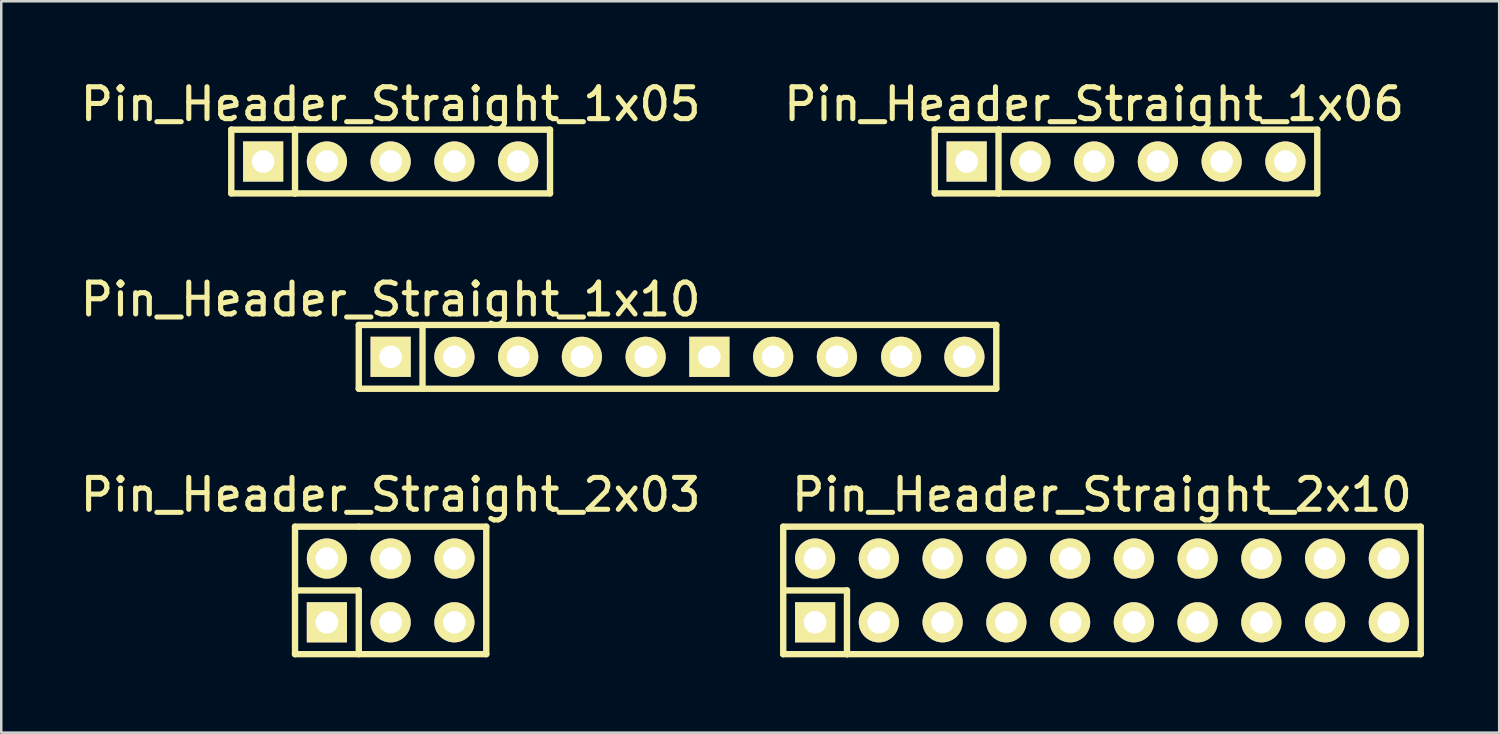
<source format=kicad_pcb>
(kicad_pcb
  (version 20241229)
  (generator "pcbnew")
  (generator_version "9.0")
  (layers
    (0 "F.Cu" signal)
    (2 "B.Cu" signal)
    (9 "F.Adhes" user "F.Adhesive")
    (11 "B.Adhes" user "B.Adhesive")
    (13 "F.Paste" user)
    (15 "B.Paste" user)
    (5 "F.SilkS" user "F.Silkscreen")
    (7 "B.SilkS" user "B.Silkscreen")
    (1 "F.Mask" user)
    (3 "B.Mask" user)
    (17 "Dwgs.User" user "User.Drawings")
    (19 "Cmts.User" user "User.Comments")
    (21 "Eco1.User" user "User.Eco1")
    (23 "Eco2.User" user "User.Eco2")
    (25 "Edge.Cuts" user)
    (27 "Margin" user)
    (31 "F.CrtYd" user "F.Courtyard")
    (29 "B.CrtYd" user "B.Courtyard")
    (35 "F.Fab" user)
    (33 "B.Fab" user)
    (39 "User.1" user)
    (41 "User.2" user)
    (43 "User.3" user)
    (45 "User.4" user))
  (footprint "Pin_Header_Straight_1x10"
    (layer "F.Cu")
    (at 12.515 11.168)
    (property "Reference" "Pin_Header_Straight_1x10" (at 0 -2.286 0) (layer "F.SilkS") (effects (font (size 1.27 1.27) (thickness 0.203))))
    (attr through_hole)
    (fp_line (start -1.27 -1.27) (end -1.27 1.27) (stroke (width 0.254) (type solid)) (layer "F.SilkS"))
    (fp_line (start -1.27 -1.27) (end 24.13 -1.27) (stroke (width 0.254) (type solid)) (layer "F.SilkS"))
    (fp_line (start -1.27 1.27) (end 24.13 1.27) (stroke (width 0.254) (type solid)) (layer "F.SilkS"))
    (fp_line (start 1.27 -1.27) (end 1.27 1.27) (stroke (width 0.254) (type solid)) (layer "F.SilkS"))
    (fp_line (start 24.13 -1.27) (end 24.13 1.27) (stroke (width 0.254) (type solid)) (layer "F.SilkS"))
    (pad "1" thru_hole rect (at 0 0) (size 1.6 1.6) (drill 0.9) (layers "*.Cu" "*.Mask" "F.SilkS"))
    (pad "2" thru_hole circle (at 2.54 0) (size 1.6 1.6) (drill 0.9) (layers "*.Cu" "*.Mask" "F.SilkS"))
    (pad "3" thru_hole circle (at 5.08 0) (size 1.6 1.6) (drill 0.9) (layers "*.Cu" "*.Mask" "F.SilkS"))
    (pad "4" thru_hole circle (at 7.62 0) (size 1.6 1.6) (drill 0.9) (layers "*.Cu" "*.Mask" "F.SilkS"))
    (pad "5" thru_hole circle (at 10.16 0) (size 1.6 1.6) (drill 0.9) (layers "*.Cu" "*.Mask" "F.SilkS"))
    (pad "6" thru_hole rect (at 12.7 0) (size 1.6 1.6) (drill 0.9) (layers "*.Cu" "*.Mask" "F.SilkS"))
    (pad "7" thru_hole circle (at 15.24 0) (size 1.6 1.6) (drill 0.9) (layers "*.Cu" "*.Mask" "F.SilkS"))
    (pad "8" thru_hole circle (at 17.78 0) (size 1.6 1.6) (drill 0.9) (layers "*.Cu" "*.Mask" "F.SilkS"))
    (pad "9" thru_hole circle (at 20.34 0) (size 1.6 1.6) (drill 0.9) (layers "*.Cu" "*.Mask" "F.SilkS"))
    (pad "10" thru_hole circle (at 22.86 0) (size 1.6 1.6) (drill 0.9) (layers "*.Cu" "*.Mask" "F.SilkS")))
  (footprint "Pin_Header_Straight_2x10"
    (layer "F.Cu")
    (at 40.857 20.475)
    (property "Reference" "Pin_Header_Straight_2x10" (at 0 -3.81 0) (layer "F.SilkS") (effects (font (size 1.27 1.27) (thickness 0.203))))
    (attr through_hole)
    (fp_line (start -12.7 -2.54) (end -12.7 0) (stroke (width 0.254) (type solid)) (layer "F.SilkS"))
    (fp_line (start -12.7 0) (end -10.16 0) (stroke (width 0.254) (type solid)) (layer "F.SilkS"))
    (fp_line (start -12.7 2.54) (end -12.7 0) (stroke (width 0.254) (type solid)) (layer "F.SilkS"))
    (fp_line (start -12.7 2.54) (end -10.16 2.54) (stroke (width 0.254) (type solid)) (layer "F.SilkS"))
    (fp_line (start -10.16 0) (end -10.16 2.54) (stroke (width 0.254) (type solid)) (layer "F.SilkS"))
    (fp_line (start -10.16 2.54) (end 12.7 2.54) (stroke (width 0.254) (type solid)) (layer "F.SilkS"))
    (fp_line (start 12.7 -2.54) (end -12.7 -2.54) (stroke (width 0.254) (type solid)) (layer "F.SilkS"))
    (fp_line (start 12.7 -2.54) (end 12.7 2.54) (stroke (width 0.254) (type solid)) (layer "F.SilkS"))
    (pad "1" thru_hole rect (at -11.43 1.27) (size 1.6 1.6) (drill 0.9) (layers "*.Cu" "*.Mask" "F.SilkS"))
    (pad "2" thru_hole circle (at -11.43 -1.27) (size 1.6 1.6) (drill 0.9) (layers "*.Cu" "*.Mask" "F.SilkS"))
    (pad "3" thru_hole circle (at -8.89 1.27) (size 1.6 1.6) (drill 0.9) (layers "*.Cu" "*.Mask" "F.SilkS"))
    (pad "4" thru_hole circle (at -8.89 -1.27) (size 1.6 1.6) (drill 0.9) (layers "*.Cu" "*.Mask" "F.SilkS"))
    (pad "5" thru_hole circle (at -6.35 1.27) (size 1.6 1.6) (drill 0.9) (layers "*.Cu" "*.Mask" "F.SilkS"))
    (pad "6" thru_hole circle (at -6.35 -1.27) (size 1.6 1.6) (drill 0.9) (layers "*.Cu" "*.Mask" "F.SilkS"))
    (pad "7" thru_hole circle (at -3.81 1.27) (size 1.6 1.6) (drill 0.9) (layers "*.Cu" "*.Mask" "F.SilkS"))
    (pad "8" thru_hole circle (at -3.81 -1.27) (size 1.6 1.6) (drill 0.9) (layers "*.Cu" "*.Mask" "F.SilkS"))
    (pad "9" thru_hole circle (at -1.27 1.27) (size 1.6 1.6) (drill 0.9) (layers "*.Cu" "*.Mask" "F.SilkS"))
    (pad "10" thru_hole circle (at -1.27 -1.27) (size 1.6 1.6) (drill 0.9) (layers "*.Cu" "*.Mask" "F.SilkS"))
    (pad "11" thru_hole circle (at 1.27 1.27) (size 1.6 1.6) (drill 0.9) (layers "*.Cu" "*.Mask" "F.SilkS"))
    (pad "12" thru_hole circle (at 1.27 -1.27) (size 1.6 1.6) (drill 0.9) (layers "*.Cu" "*.Mask" "F.SilkS"))
    (pad "13" thru_hole circle (at 3.81 1.27) (size 1.6 1.6) (drill 0.9) (layers "*.Cu" "*.Mask" "F.SilkS"))
    (pad "14" thru_hole circle (at 3.81 -1.27) (size 1.6 1.6) (drill 0.9) (layers "*.Cu" "*.Mask" "F.SilkS"))
    (pad "15" thru_hole circle (at 6.35 1.27) (size 1.6 1.6) (drill 0.9) (layers "*.Cu" "*.Mask" "F.SilkS"))
    (pad "16" thru_hole circle (at 6.35 -1.27) (size 1.6 1.6) (drill 0.9) (layers "*.Cu" "*.Mask" "F.SilkS"))
    (pad "17" thru_hole circle (at 8.89 1.27) (size 1.6 1.6) (drill 0.9) (layers "*.Cu" "*.Mask" "F.SilkS"))
    (pad "18" thru_hole circle (at 8.89 -1.27) (size 1.6 1.6) (drill 0.9) (layers "*.Cu" "*.Mask" "F.SilkS"))
    (pad "19" thru_hole circle (at 11.43 1.27) (size 1.6 1.6) (drill 0.9) (layers "*.Cu" "*.Mask" "F.SilkS"))
    (pad "20" thru_hole circle (at 11.43 -1.27) (size 1.6 1.6) (drill 0.9) (layers "*.Cu" "*.Mask" "F.SilkS")))
  (footprint "Pin_Header_Straight_2x03"
    (layer "F.Cu")
    (at 12.515 20.475)
    (property "Reference" "Pin_Header_Straight_2x03" (at 0 -3.81 0) (layer "F.SilkS") (effects (font (size 1.27 1.27) (thickness 0.203))))
    (attr through_hole)
    (fp_line (start -3.81 -2.54) (end -3.81 0) (stroke (width 0.254) (type solid)) (layer "F.SilkS"))
    (fp_line (start -3.81 0) (end -1.27 0) (stroke (width 0.254) (type solid)) (layer "F.SilkS"))
    (fp_line (start -3.81 2.54) (end -3.81 0) (stroke (width 0.254) (type solid)) (layer "F.SilkS"))
    (fp_line (start -3.81 2.54) (end 3.81 2.54) (stroke (width 0.254) (type solid)) (layer "F.SilkS"))
    (fp_line (start -1.27 -2.54) (end -3.81 -2.54) (stroke (width 0.254) (type solid)) (layer "F.SilkS"))
    (fp_line (start -1.27 0) (end -1.27 2.54) (stroke (width 0.254) (type solid)) (layer "F.SilkS"))
    (fp_line (start 3.81 -2.54) (end -1.27 -2.54) (stroke (width 0.254) (type solid)) (layer "F.SilkS"))
    (fp_line (start 3.81 2.54) (end 3.81 -2.54) (stroke (width 0.254) (type solid)) (layer "F.SilkS"))
    (pad "1" thru_hole rect (at -2.54 1.27) (size 1.6 1.6) (drill 0.9) (layers "*.Cu" "*.Mask" "F.SilkS"))
    (pad "2" thru_hole circle (at -2.54 -1.27) (size 1.6 1.6) (drill 0.9) (layers "*.Cu" "*.Mask" "F.SilkS"))
    (pad "3" thru_hole circle (at 0 1.27) (size 1.6 1.6) (drill 0.9) (layers "*.Cu" "*.Mask" "F.SilkS"))
    (pad "4" thru_hole circle (at 0 -1.27) (size 1.6 1.6) (drill 0.9) (layers "*.Cu" "*.Mask" "F.SilkS"))
    (pad "5" thru_hole circle (at 2.54 1.27) (size 1.6 1.6) (drill 0.9) (layers "*.Cu" "*.Mask" "F.SilkS"))
    (pad "6" thru_hole circle (at 2.54 -1.27) (size 1.6 1.6) (drill 0.9) (layers "*.Cu" "*.Mask" "F.SilkS")))
  (footprint "Pin_Header_Straight_1x05"
    (layer "F.Cu")
    (at 12.515 3.386)
    (property "Reference" "Pin_Header_Straight_1x05" (at 0 -2.286 0) (layer "F.SilkS") (effects (font (size 1.27 1.27) (thickness 0.203))))
    (attr through_hole)
    (fp_line (start -6.35 -1.27) (end -6.35 1.27) (stroke (width 0.254) (type solid)) (layer "F.SilkS"))
    (fp_line (start -6.35 -1.27) (end -3.81 -1.27) (stroke (width 0.254) (type solid)) (layer "F.SilkS"))
    (fp_line (start -6.35 1.27) (end -3.81 1.27) (stroke (width 0.254) (type solid)) (layer "F.SilkS"))
    (fp_line (start -3.81 -1.27) (end -3.81 1.27) (stroke (width 0.254) (type solid)) (layer "F.SilkS"))
    (fp_line (start -3.81 -1.27) (end 6.35 -1.27) (stroke (width 0.254) (type solid)) (layer "F.SilkS"))
    (fp_line (start 6.35 -1.27) (end 6.35 1.27) (stroke (width 0.254) (type solid)) (layer "F.SilkS"))
    (fp_line (start 6.35 1.27) (end -3.81 1.27) (stroke (width 0.254) (type solid)) (layer "F.SilkS"))
    (pad "1" thru_hole rect (at -5.08 0) (size 1.6 1.6) (drill 0.9) (layers "*.Cu" "*.Mask" "F.SilkS"))
    (pad "2" thru_hole circle (at -2.54 0) (size 1.6 1.6) (drill 0.9) (layers "*.Cu" "*.Mask" "F.SilkS"))
    (pad "3" thru_hole circle (at 0 0) (size 1.6 1.6) (drill 0.9) (layers "*.Cu" "*.Mask" "F.SilkS"))
    (pad "4" thru_hole circle (at 2.54 0) (size 1.6 1.6) (drill 0.9) (layers "*.Cu" "*.Mask" "F.SilkS"))
    (pad "5" thru_hole circle (at 5.08 0) (size 1.6 1.6) (drill 0.9) (layers "*.Cu" "*.Mask" "F.SilkS")))
  (footprint "Pin_Header_Straight_1x06"
    (layer "F.Cu")
    (at 40.545 3.386)
    (property "Reference" "Pin_Header_Straight_1x06" (at 0 -2.286 0) (layer "F.SilkS") (effects (font (size 1.27 1.27) (thickness 0.203))))
    (attr through_hole)
    (fp_line (start -6.35 -1.27) (end -6.35 1.27) (stroke (width 0.254) (type solid)) (layer "F.SilkS"))
    (fp_line (start -6.35 -1.27) (end -3.81 -1.27) (stroke (width 0.254) (type solid)) (layer "F.SilkS"))
    (fp_line (start -6.35 1.27) (end -3.81 1.27) (stroke (width 0.254) (type solid)) (layer "F.SilkS"))
    (fp_line (start -3.81 -1.27) (end -3.81 1.27) (stroke (width 0.254) (type solid)) (layer "F.SilkS"))
    (fp_line (start -3.81 -1.27) (end 8.89 -1.27) (stroke (width 0.254) (type solid)) (layer "F.SilkS"))
    (fp_line (start 8.89 -1.27) (end 8.89 1.27) (stroke (width 0.254) (type solid)) (layer "F.SilkS"))
    (fp_line (start 8.89 1.27) (end -3.81 1.27) (stroke (width 0.254) (type solid)) (layer "F.SilkS"))
    (pad "1" thru_hole rect (at -5.08 0) (size 1.6 1.6) (drill 0.9) (layers "*.Cu" "*.Mask" "F.SilkS"))
    (pad "2" thru_hole circle (at -2.54 0) (size 1.6 1.6) (drill 0.9) (layers "*.Cu" "*.Mask" "F.SilkS"))
    (pad "3" thru_hole circle (at 0 0) (size 1.6 1.6) (drill 0.9) (layers "*.Cu" "*.Mask" "F.SilkS"))
    (pad "4" thru_hole circle (at 2.54 0) (size 1.6 1.6) (drill 0.9) (layers "*.Cu" "*.Mask" "F.SilkS"))
    (pad "5" thru_hole circle (at 5.08 0) (size 1.6 1.6) (drill 0.9) (layers "*.Cu" "*.Mask" "F.SilkS"))
    (pad "6" thru_hole circle (at 7.62 0) (size 1.6 1.6) (drill 0.9) (layers "*.Cu" "*.Mask" "F.SilkS")))
  (gr_rect
    (start -3 -3)
    (end 56.684 26.142)
    (stroke (width 0.1) (type default))
    (fill no)
    (layer "Edge.Cuts")))
</source>
